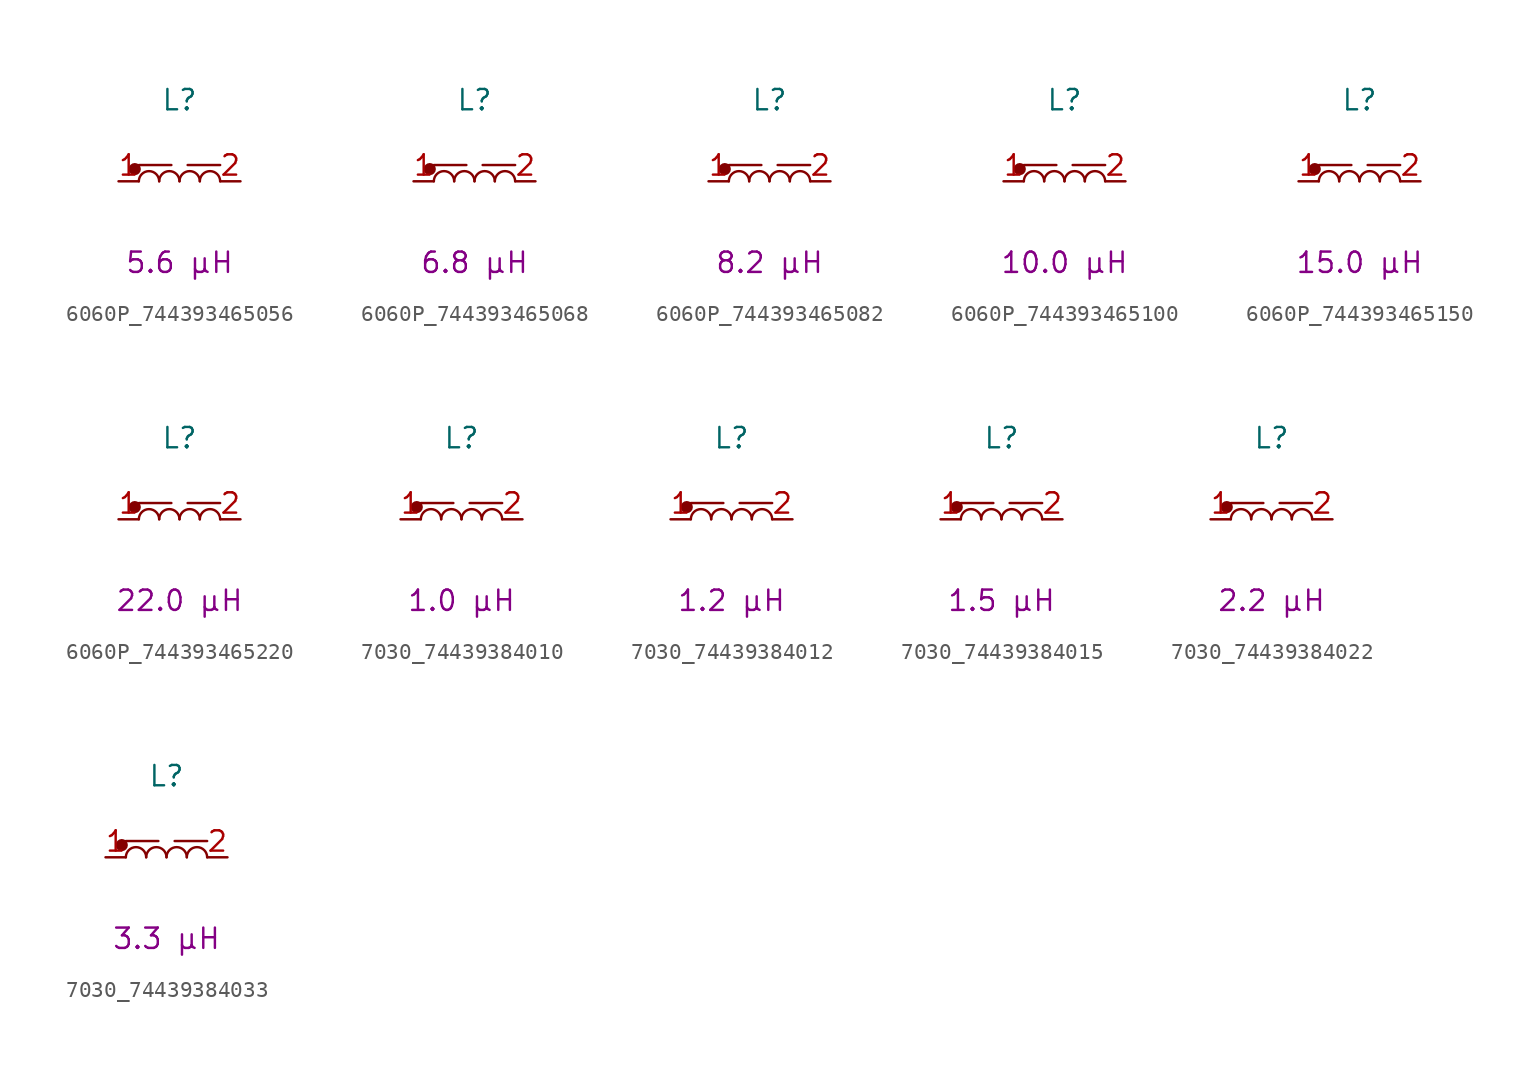
<source format=kicad_sym>
(kicad_symbol_lib
  (version 20220914)
  (generator kicad_symbol_editor)
  (symbol "6060P_744393465056"
    (pin_names hide)
    (property "Reference" "L"
      (at 0 5.08 0)
      (effects (font (size 1.27 1.27))))
    (property "Critical Parameter" "5.6 µH"
      (at 0 -5.08 0)
      (effects (font (size 1.27 1.27))))
    (symbol "6060P_744393465056_0_1"
      (arc (start -1.27 0) (mid -1.905 0.6323) (end -2.54 0) (stroke (width 0) (type default)) (fill (type none)))
      (arc (start 0 0) (mid -0.635 0.6323) (end -1.27 0) (stroke (width 0) (type default)) (fill (type none)))
      (polyline (pts (xy -2.54 1.016) (xy -0.508 1.016)) (stroke (width 0) (type default)) (fill (type none)))
      (arc (start 1.27 0) (mid 0.635 0.6323) (end 0 0) (stroke (width 0) (type default)) (fill (type none)))
      (arc (start 2.54 0) (mid 1.905 0.6323) (end 1.27 0) (stroke (width 0) (type default)) (fill (type none))))
    (symbol "6060P_744393465056_1_1"
      (circle (center -2.794 0.762) (radius 0.0001) (stroke (width 0.381) (type default)) (fill (type none)))
      (polyline (pts (xy 2.54 1.016) (xy 0.508 1.016)) (stroke (width 0) (type default)) (fill (type none)))
      (pin passive line (at -3.81 0 0) (length 1.27) (name "1" (effects (font (size 1.27 1.27)))) (number "1" (effects (font (size 1.27 1.27)))))
      (pin passive line (at 3.81 0 180) (length 1.27) (name "2" (effects (font (size 1.27 1.27)))) (number "2" (effects (font (size 1.27 1.27)))))))
  (symbol "6060P_744393465068"
    (pin_names hide)
    (property "Reference" "L"
      (at 0 5.08 0)
      (effects (font (size 1.27 1.27))))
    (property "Critical Parameter" "6.8 µH"
      (at 0 -5.08 0)
      (effects (font (size 1.27 1.27))))
    (symbol "6060P_744393465068_0_1"
      (arc (start -1.27 0) (mid -1.905 0.6323) (end -2.54 0) (stroke (width 0) (type default)) (fill (type none)))
      (arc (start 0 0) (mid -0.635 0.6323) (end -1.27 0) (stroke (width 0) (type default)) (fill (type none)))
      (polyline (pts (xy -2.54 1.016) (xy -0.508 1.016)) (stroke (width 0) (type default)) (fill (type none)))
      (arc (start 1.27 0) (mid 0.635 0.6323) (end 0 0) (stroke (width 0) (type default)) (fill (type none)))
      (arc (start 2.54 0) (mid 1.905 0.6323) (end 1.27 0) (stroke (width 0) (type default)) (fill (type none))))
    (symbol "6060P_744393465068_1_1"
      (circle (center -2.794 0.762) (radius 0.0001) (stroke (width 0.381) (type default)) (fill (type none)))
      (polyline (pts (xy 2.54 1.016) (xy 0.508 1.016)) (stroke (width 0) (type default)) (fill (type none)))
      (pin passive line (at -3.81 0 0) (length 1.27) (name "1" (effects (font (size 1.27 1.27)))) (number "1" (effects (font (size 1.27 1.27)))))
      (pin passive line (at 3.81 0 180) (length 1.27) (name "2" (effects (font (size 1.27 1.27)))) (number "2" (effects (font (size 1.27 1.27)))))))
  (symbol "6060P_744393465082"
    (pin_names hide)
    (property "Reference" "L"
      (at 0 5.08 0)
      (effects (font (size 1.27 1.27))))
    (property "Critical Parameter" "8.2 µH"
      (at 0 -5.08 0)
      (effects (font (size 1.27 1.27))))
    (symbol "6060P_744393465082_0_1"
      (arc (start -1.27 0) (mid -1.905 0.6323) (end -2.54 0) (stroke (width 0) (type default)) (fill (type none)))
      (arc (start 0 0) (mid -0.635 0.6323) (end -1.27 0) (stroke (width 0) (type default)) (fill (type none)))
      (polyline (pts (xy -2.54 1.016) (xy -0.508 1.016)) (stroke (width 0) (type default)) (fill (type none)))
      (arc (start 1.27 0) (mid 0.635 0.6323) (end 0 0) (stroke (width 0) (type default)) (fill (type none)))
      (arc (start 2.54 0) (mid 1.905 0.6323) (end 1.27 0) (stroke (width 0) (type default)) (fill (type none))))
    (symbol "6060P_744393465082_1_1"
      (circle (center -2.794 0.762) (radius 0.0001) (stroke (width 0.381) (type default)) (fill (type none)))
      (polyline (pts (xy 2.54 1.016) (xy 0.508 1.016)) (stroke (width 0) (type default)) (fill (type none)))
      (pin passive line (at -3.81 0 0) (length 1.27) (name "1" (effects (font (size 1.27 1.27)))) (number "1" (effects (font (size 1.27 1.27)))))
      (pin passive line (at 3.81 0 180) (length 1.27) (name "2" (effects (font (size 1.27 1.27)))) (number "2" (effects (font (size 1.27 1.27)))))))
  (symbol "6060P_744393465100"
    (pin_names hide)
    (property "Reference" "L"
      (at 0 5.08 0)
      (effects (font (size 1.27 1.27))))
    (property "Critical Parameter" "10.0 µH"
      (at 0 -5.08 0)
      (effects (font (size 1.27 1.27))))
    (symbol "6060P_744393465100_0_1"
      (arc (start -1.27 0) (mid -1.905 0.6323) (end -2.54 0) (stroke (width 0) (type default)) (fill (type none)))
      (arc (start 0 0) (mid -0.635 0.6323) (end -1.27 0) (stroke (width 0) (type default)) (fill (type none)))
      (polyline (pts (xy -2.54 1.016) (xy -0.508 1.016)) (stroke (width 0) (type default)) (fill (type none)))
      (arc (start 1.27 0) (mid 0.635 0.6323) (end 0 0) (stroke (width 0) (type default)) (fill (type none)))
      (arc (start 2.54 0) (mid 1.905 0.6323) (end 1.27 0) (stroke (width 0) (type default)) (fill (type none))))
    (symbol "6060P_744393465100_1_1"
      (circle (center -2.794 0.762) (radius 0.0001) (stroke (width 0.381) (type default)) (fill (type none)))
      (polyline (pts (xy 2.54 1.016) (xy 0.508 1.016)) (stroke (width 0) (type default)) (fill (type none)))
      (pin passive line (at -3.81 0 0) (length 1.27) (name "1" (effects (font (size 1.27 1.27)))) (number "1" (effects (font (size 1.27 1.27)))))
      (pin passive line (at 3.81 0 180) (length 1.27) (name "2" (effects (font (size 1.27 1.27)))) (number "2" (effects (font (size 1.27 1.27)))))))
  (symbol "6060P_744393465150"
    (pin_names hide)
    (property "Reference" "L"
      (at 0 5.08 0)
      (effects (font (size 1.27 1.27))))
    (property "Critical Parameter" "15.0 µH"
      (at 0 -5.08 0)
      (effects (font (size 1.27 1.27))))
    (symbol "6060P_744393465150_0_1"
      (arc (start -1.27 0) (mid -1.905 0.6323) (end -2.54 0) (stroke (width 0) (type default)) (fill (type none)))
      (arc (start 0 0) (mid -0.635 0.6323) (end -1.27 0) (stroke (width 0) (type default)) (fill (type none)))
      (polyline (pts (xy -2.54 1.016) (xy -0.508 1.016)) (stroke (width 0) (type default)) (fill (type none)))
      (arc (start 1.27 0) (mid 0.635 0.6323) (end 0 0) (stroke (width 0) (type default)) (fill (type none)))
      (arc (start 2.54 0) (mid 1.905 0.6323) (end 1.27 0) (stroke (width 0) (type default)) (fill (type none))))
    (symbol "6060P_744393465150_1_1"
      (circle (center -2.794 0.762) (radius 0.0001) (stroke (width 0.381) (type default)) (fill (type none)))
      (polyline (pts (xy 2.54 1.016) (xy 0.508 1.016)) (stroke (width 0) (type default)) (fill (type none)))
      (pin passive line (at -3.81 0 0) (length 1.27) (name "1" (effects (font (size 1.27 1.27)))) (number "1" (effects (font (size 1.27 1.27)))))
      (pin passive line (at 3.81 0 180) (length 1.27) (name "2" (effects (font (size 1.27 1.27)))) (number "2" (effects (font (size 1.27 1.27)))))))
  (symbol "6060P_744393465220"
    (pin_names hide)
    (property "Reference" "L"
      (at 0 5.08 0)
      (effects (font (size 1.27 1.27))))
    (property "Critical Parameter" "22.0 µH"
      (at 0 -5.08 0)
      (effects (font (size 1.27 1.27))))
    (symbol "6060P_744393465220_0_1"
      (arc (start -1.27 0) (mid -1.905 0.6323) (end -2.54 0) (stroke (width 0) (type default)) (fill (type none)))
      (arc (start 0 0) (mid -0.635 0.6323) (end -1.27 0) (stroke (width 0) (type default)) (fill (type none)))
      (polyline (pts (xy -2.54 1.016) (xy -0.508 1.016)) (stroke (width 0) (type default)) (fill (type none)))
      (arc (start 1.27 0) (mid 0.635 0.6323) (end 0 0) (stroke (width 0) (type default)) (fill (type none)))
      (arc (start 2.54 0) (mid 1.905 0.6323) (end 1.27 0) (stroke (width 0) (type default)) (fill (type none))))
    (symbol "6060P_744393465220_1_1"
      (circle (center -2.794 0.762) (radius 0.0001) (stroke (width 0.381) (type default)) (fill (type none)))
      (polyline (pts (xy 2.54 1.016) (xy 0.508 1.016)) (stroke (width 0) (type default)) (fill (type none)))
      (pin passive line (at -3.81 0 0) (length 1.27) (name "1" (effects (font (size 1.27 1.27)))) (number "1" (effects (font (size 1.27 1.27)))))
      (pin passive line (at 3.81 0 180) (length 1.27) (name "2" (effects (font (size 1.27 1.27)))) (number "2" (effects (font (size 1.27 1.27)))))))
  (symbol "7030_74439384010"
    (pin_names hide)
    (property "Reference" "L"
      (at 0 5.08 0)
      (effects (font (size 1.27 1.27))))
    (property "Critical Parameter" "1.0 µH"
      (at 0 -5.08 0)
      (effects (font (size 1.27 1.27))))
    (symbol "7030_74439384010_0_1"
      (arc (start -1.27 0) (mid -1.905 0.6323) (end -2.54 0) (stroke (width 0) (type default)) (fill (type none)))
      (arc (start 0 0) (mid -0.635 0.6323) (end -1.27 0) (stroke (width 0) (type default)) (fill (type none)))
      (polyline (pts (xy -2.54 1.016) (xy -0.508 1.016)) (stroke (width 0) (type default)) (fill (type none)))
      (arc (start 1.27 0) (mid 0.635 0.6323) (end 0 0) (stroke (width 0) (type default)) (fill (type none)))
      (arc (start 2.54 0) (mid 1.905 0.6323) (end 1.27 0) (stroke (width 0) (type default)) (fill (type none))))
    (symbol "7030_74439384010_1_1"
      (circle (center -2.794 0.762) (radius 0.0001) (stroke (width 0.381) (type default)) (fill (type none)))
      (polyline (pts (xy 2.54 1.016) (xy 0.508 1.016)) (stroke (width 0) (type default)) (fill (type none)))
      (pin passive line (at -3.81 0 0) (length 1.27) (name "1" (effects (font (size 1.27 1.27)))) (number "1" (effects (font (size 1.27 1.27)))))
      (pin passive line (at 3.81 0 180) (length 1.27) (name "2" (effects (font (size 1.27 1.27)))) (number "2" (effects (font (size 1.27 1.27)))))))
  (symbol "7030_74439384012"
    (pin_names hide)
    (property "Reference" "L"
      (at 0 5.08 0)
      (effects (font (size 1.27 1.27))))
    (property "Critical Parameter" "1.2 µH"
      (at 0 -5.08 0)
      (effects (font (size 1.27 1.27))))
    (symbol "7030_74439384012_0_1"
      (arc (start -1.27 0) (mid -1.905 0.6323) (end -2.54 0) (stroke (width 0) (type default)) (fill (type none)))
      (arc (start 0 0) (mid -0.635 0.6323) (end -1.27 0) (stroke (width 0) (type default)) (fill (type none)))
      (polyline (pts (xy -2.54 1.016) (xy -0.508 1.016)) (stroke (width 0) (type default)) (fill (type none)))
      (arc (start 1.27 0) (mid 0.635 0.6323) (end 0 0) (stroke (width 0) (type default)) (fill (type none)))
      (arc (start 2.54 0) (mid 1.905 0.6323) (end 1.27 0) (stroke (width 0) (type default)) (fill (type none))))
    (symbol "7030_74439384012_1_1"
      (circle (center -2.794 0.762) (radius 0.0001) (stroke (width 0.381) (type default)) (fill (type none)))
      (polyline (pts (xy 2.54 1.016) (xy 0.508 1.016)) (stroke (width 0) (type default)) (fill (type none)))
      (pin passive line (at -3.81 0 0) (length 1.27) (name "1" (effects (font (size 1.27 1.27)))) (number "1" (effects (font (size 1.27 1.27)))))
      (pin passive line (at 3.81 0 180) (length 1.27) (name "2" (effects (font (size 1.27 1.27)))) (number "2" (effects (font (size 1.27 1.27)))))))
  (symbol "7030_74439384015"
    (pin_names hide)
    (property "Reference" "L"
      (at 0 5.08 0)
      (effects (font (size 1.27 1.27))))
    (property "Critical Parameter" "1.5 µH"
      (at 0 -5.08 0)
      (effects (font (size 1.27 1.27))))
    (symbol "7030_74439384015_0_1"
      (arc (start -1.27 0) (mid -1.905 0.6323) (end -2.54 0) (stroke (width 0) (type default)) (fill (type none)))
      (arc (start 0 0) (mid -0.635 0.6323) (end -1.27 0) (stroke (width 0) (type default)) (fill (type none)))
      (polyline (pts (xy -2.54 1.016) (xy -0.508 1.016)) (stroke (width 0) (type default)) (fill (type none)))
      (arc (start 1.27 0) (mid 0.635 0.6323) (end 0 0) (stroke (width 0) (type default)) (fill (type none)))
      (arc (start 2.54 0) (mid 1.905 0.6323) (end 1.27 0) (stroke (width 0) (type default)) (fill (type none))))
    (symbol "7030_74439384015_1_1"
      (circle (center -2.794 0.762) (radius 0.0001) (stroke (width 0.381) (type default)) (fill (type none)))
      (polyline (pts (xy 2.54 1.016) (xy 0.508 1.016)) (stroke (width 0) (type default)) (fill (type none)))
      (pin passive line (at -3.81 0 0) (length 1.27) (name "1" (effects (font (size 1.27 1.27)))) (number "1" (effects (font (size 1.27 1.27)))))
      (pin passive line (at 3.81 0 180) (length 1.27) (name "2" (effects (font (size 1.27 1.27)))) (number "2" (effects (font (size 1.27 1.27)))))))
  (symbol "7030_74439384022"
    (pin_names hide)
    (property "Reference" "L"
      (at 0 5.08 0)
      (effects (font (size 1.27 1.27))))
    (property "Critical Parameter" "2.2 µH"
      (at 0 -5.08 0)
      (effects (font (size 1.27 1.27))))
    (symbol "7030_74439384022_0_1"
      (arc (start -1.27 0) (mid -1.905 0.6323) (end -2.54 0) (stroke (width 0) (type default)) (fill (type none)))
      (arc (start 0 0) (mid -0.635 0.6323) (end -1.27 0) (stroke (width 0) (type default)) (fill (type none)))
      (polyline (pts (xy -2.54 1.016) (xy -0.508 1.016)) (stroke (width 0) (type default)) (fill (type none)))
      (arc (start 1.27 0) (mid 0.635 0.6323) (end 0 0) (stroke (width 0) (type default)) (fill (type none)))
      (arc (start 2.54 0) (mid 1.905 0.6323) (end 1.27 0) (stroke (width 0) (type default)) (fill (type none))))
    (symbol "7030_74439384022_1_1"
      (circle (center -2.794 0.762) (radius 0.0001) (stroke (width 0.381) (type default)) (fill (type none)))
      (polyline (pts (xy 2.54 1.016) (xy 0.508 1.016)) (stroke (width 0) (type default)) (fill (type none)))
      (pin passive line (at -3.81 0 0) (length 1.27) (name "1" (effects (font (size 1.27 1.27)))) (number "1" (effects (font (size 1.27 1.27)))))
      (pin passive line (at 3.81 0 180) (length 1.27) (name "2" (effects (font (size 1.27 1.27)))) (number "2" (effects (font (size 1.27 1.27)))))))
  (symbol "7030_74439384033"
    (pin_names hide)
    (property "Reference" "L"
      (at 0 5.08 0)
      (effects (font (size 1.27 1.27))))
    (property "Critical Parameter" "3.3 µH"
      (at 0 -5.08 0)
      (effects (font (size 1.27 1.27))))
    (symbol "7030_74439384033_0_1"
      (arc (start -1.27 0) (mid -1.905 0.6323) (end -2.54 0) (stroke (width 0) (type default)) (fill (type none)))
      (arc (start 0 0) (mid -0.635 0.6323) (end -1.27 0) (stroke (width 0) (type default)) (fill (type none)))
      (polyline (pts (xy -2.54 1.016) (xy -0.508 1.016)) (stroke (width 0) (type default)) (fill (type none)))
      (arc (start 1.27 0) (mid 0.635 0.6323) (end 0 0) (stroke (width 0) (type default)) (fill (type none)))
      (arc (start 2.54 0) (mid 1.905 0.6323) (end 1.27 0) (stroke (width 0) (type default)) (fill (type none))))
    (symbol "7030_74439384033_1_1"
      (circle (center -2.794 0.762) (radius 0.0001) (stroke (width 0.381) (type default)) (fill (type none)))
      (polyline (pts (xy 2.54 1.016) (xy 0.508 1.016)) (stroke (width 0) (type default)) (fill (type none)))
      (pin passive line (at -3.81 0 0) (length 1.27) (name "1" (effects (font (size 1.27 1.27)))) (number "1" (effects (font (size 1.27 1.27)))))
      (pin passive line (at 3.81 0 180) (length 1.27) (name "2" (effects (font (size 1.27 1.27)))) (number "2" (effects (font (size 1.27 1.27))))))))
</source>
